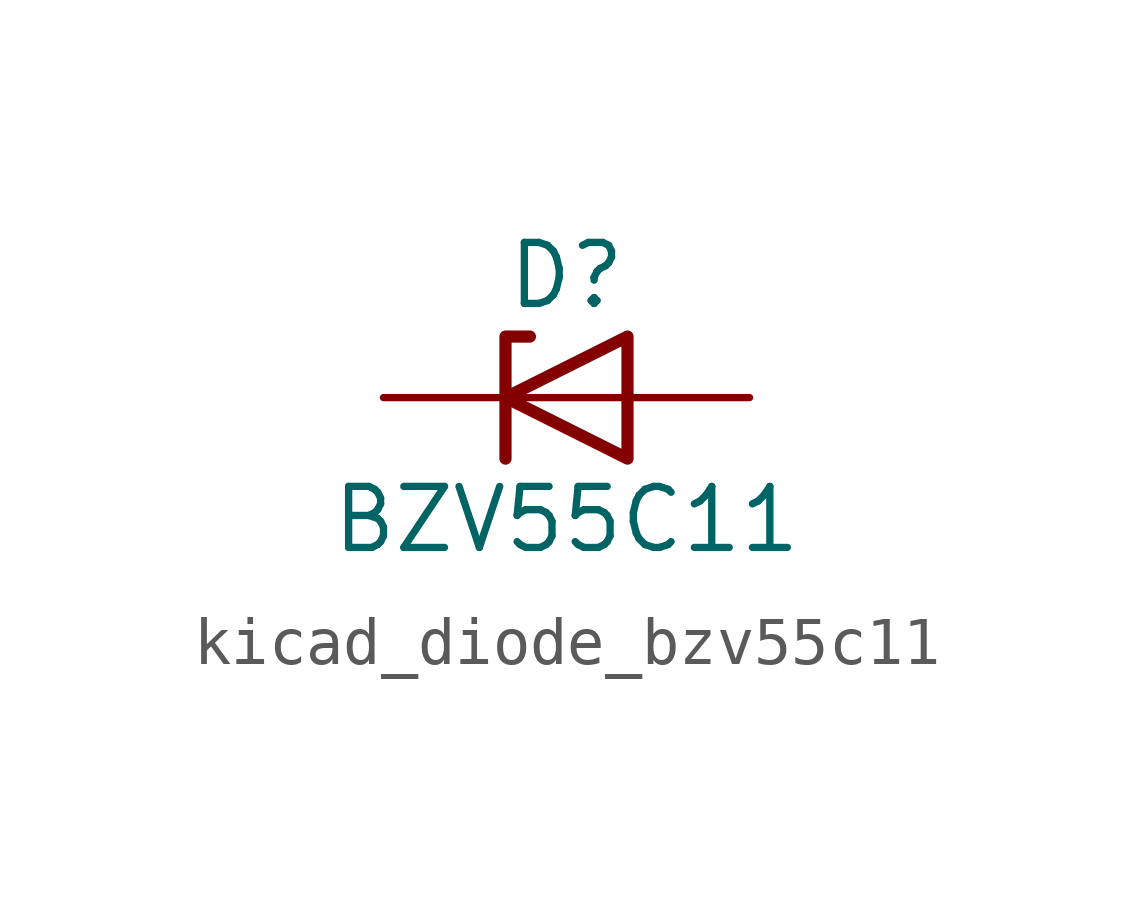
<source format=kicad_sym>
(kicad_symbol_lib
  (version 20220914)
  (generator kicad_symbol_editor)
  (symbol "kicad_diode_bzv55c11"
    (pin_numbers hide)
    (pin_names hide)
    (property "Reference" "D"
      (at 0 2.54 0)
      (effects (font (size 1.27 1.27))))
    (property "Value" "BZV55C11"
      (at 0 -2.54 0)
      (effects (font (size 1.27 1.27))))
    (symbol "kicad_diode_bzv55c11_0_1"
      (polyline (pts (xy 1.27 0) (xy -1.27 0)) (stroke (width 0) (type default)) (fill (type none)))
      (polyline (pts (xy -1.27 -1.27) (xy -1.27 1.27) (xy -0.762 1.27)) (stroke (width 0.254) (type default)) (fill (type none)))
      (polyline (pts (xy 1.27 -1.27) (xy 1.27 1.27) (xy -1.27 0) (xy 1.27 -1.27)) (stroke (width 0.254) (type default)) (fill (type none))))
    (symbol "kicad_diode_bzv55c11_1_1"
      (pin passive line (at -3.81 0 0) (length 2.54) (name "K" (effects (font (size 1.27 1.27)))) (number "1" (effects (font (size 1.27 1.27)))))
      (pin passive line (at 3.81 0 180) (length 2.54) (name "A" (effects (font (size 1.27 1.27)))) (number "2" (effects (font (size 1.27 1.27))))))))
</source>
